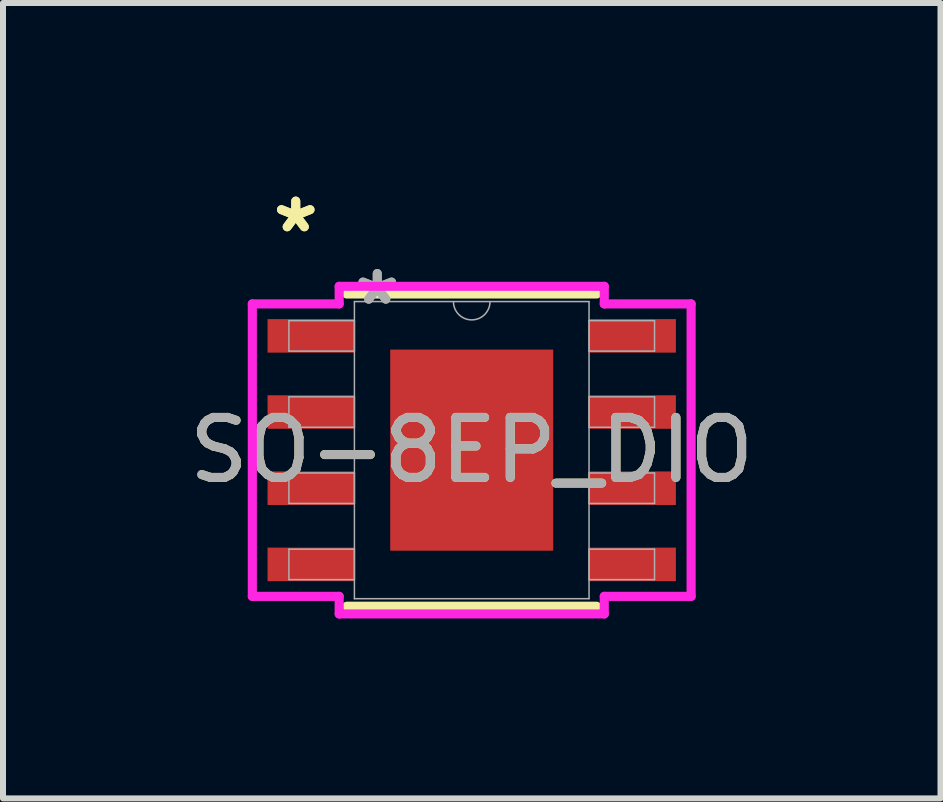
<source format=kicad_pcb>
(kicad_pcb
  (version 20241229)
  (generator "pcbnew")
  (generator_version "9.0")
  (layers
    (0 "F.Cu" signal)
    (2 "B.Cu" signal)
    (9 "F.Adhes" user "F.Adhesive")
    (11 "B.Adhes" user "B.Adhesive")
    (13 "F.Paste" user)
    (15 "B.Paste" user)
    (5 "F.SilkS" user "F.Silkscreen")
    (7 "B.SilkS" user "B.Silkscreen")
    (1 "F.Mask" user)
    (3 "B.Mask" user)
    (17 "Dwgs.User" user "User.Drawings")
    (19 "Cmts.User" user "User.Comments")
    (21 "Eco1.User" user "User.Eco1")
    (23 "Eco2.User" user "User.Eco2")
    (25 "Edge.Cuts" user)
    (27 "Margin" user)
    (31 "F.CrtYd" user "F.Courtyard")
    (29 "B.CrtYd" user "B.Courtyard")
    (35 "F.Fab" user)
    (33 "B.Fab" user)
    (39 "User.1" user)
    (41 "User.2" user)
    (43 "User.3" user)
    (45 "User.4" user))
  (footprint "SO-8EP_DIO"
    (layer "F.Cu")
    (at 4.815 4.455)
    (property "Reference" "SO-8EP_DIO" (at 0 0 0) (unlocked yes) (layer "F.SilkS") (effects (font (size 1 1) (thickness 0.15))))
    (attr smd)
    (fp_line (start -2.083 2.603) (end 2.083 2.603) (stroke (width 0.152) (type solid)) (layer "F.SilkS"))
    (fp_line (start 2.083 -2.603) (end -2.083 -2.603) (stroke (width 0.152) (type solid)) (layer "F.SilkS"))
    (fp_poly (pts (xy -1.259 -1.576) (xy -1.259 -0.1) (xy -0.1 -0.1) (xy -0.1 -1.576)) (stroke (width 0) (type solid)) (fill yes) (layer "F.Paste"))
    (fp_poly (pts (xy -1.259 0.1) (xy -1.259 1.576) (xy -0.1 1.576) (xy -0.1 0.1)) (stroke (width 0) (type solid)) (fill yes) (layer "F.Paste"))
    (fp_poly (pts (xy 0.1 -1.576) (xy 0.1 -0.1) (xy 1.259 -0.1) (xy 1.259 -1.576)) (stroke (width 0) (type solid)) (fill yes) (layer "F.Paste"))
    (fp_poly (pts (xy 0.1 0.1) (xy 0.1 1.576) (xy 1.259 1.576) (xy 1.259 0.1)) (stroke (width 0) (type solid)) (fill yes) (layer "F.Paste"))
    (fp_line (start -3.658 -2.438) (end -2.21 -2.438) (stroke (width 0.152) (type solid)) (layer "F.CrtYd"))
    (fp_line (start -3.658 2.438) (end -3.658 -2.438) (stroke (width 0.152) (type solid)) (layer "F.CrtYd"))
    (fp_line (start -3.658 2.438) (end -2.21 2.438) (stroke (width 0.152) (type solid)) (layer "F.CrtYd"))
    (fp_line (start -2.21 -2.731) (end 2.21 -2.731) (stroke (width 0.152) (type solid)) (layer "F.CrtYd"))
    (fp_line (start -2.21 -2.438) (end -2.21 -2.731) (stroke (width 0.152) (type solid)) (layer "F.CrtYd"))
    (fp_line (start -2.21 2.731) (end -2.21 2.438) (stroke (width 0.152) (type solid)) (layer "F.CrtYd"))
    (fp_line (start 2.21 -2.731) (end 2.21 -2.438) (stroke (width 0.152) (type solid)) (layer "F.CrtYd"))
    (fp_line (start 2.21 2.438) (end 2.21 2.731) (stroke (width 0.152) (type solid)) (layer "F.CrtYd"))
    (fp_line (start 2.21 2.731) (end -2.21 2.731) (stroke (width 0.152) (type solid)) (layer "F.CrtYd"))
    (fp_line (start 3.658 -2.438) (end 2.21 -2.438) (stroke (width 0.152) (type solid)) (layer "F.CrtYd"))
    (fp_line (start 3.658 -2.438) (end 3.658 2.438) (stroke (width 0.152) (type solid)) (layer "F.CrtYd"))
    (fp_line (start 3.658 2.438) (end 2.21 2.438) (stroke (width 0.152) (type solid)) (layer "F.CrtYd"))
    (fp_line (start -3.048 -2.159) (end -3.048 -1.651) (stroke (width 0.025) (type solid)) (layer "F.Fab"))
    (fp_line (start -3.048 -1.651) (end -1.956 -1.651) (stroke (width 0.025) (type solid)) (layer "F.Fab"))
    (fp_line (start -3.048 -0.889) (end -3.048 -0.381) (stroke (width 0.025) (type solid)) (layer "F.Fab"))
    (fp_line (start -3.048 -0.381) (end -1.956 -0.381) (stroke (width 0.025) (type solid)) (layer "F.Fab"))
    (fp_line (start -3.048 0.381) (end -3.048 0.889) (stroke (width 0.025) (type solid)) (layer "F.Fab"))
    (fp_line (start -3.048 0.889) (end -1.956 0.889) (stroke (width 0.025) (type solid)) (layer "F.Fab"))
    (fp_line (start -3.048 1.651) (end -3.048 2.159) (stroke (width 0.025) (type solid)) (layer "F.Fab"))
    (fp_line (start -3.048 2.159) (end -1.956 2.159) (stroke (width 0.025) (type solid)) (layer "F.Fab"))
    (fp_line (start -1.956 -2.477) (end -1.956 2.477) (stroke (width 0.025) (type solid)) (layer "F.Fab"))
    (fp_line (start -1.956 -2.159) (end -3.048 -2.159) (stroke (width 0.025) (type solid)) (layer "F.Fab"))
    (fp_line (start -1.956 -1.651) (end -1.956 -2.159) (stroke (width 0.025) (type solid)) (layer "F.Fab"))
    (fp_line (start -1.956 -0.889) (end -3.048 -0.889) (stroke (width 0.025) (type solid)) (layer "F.Fab"))
    (fp_line (start -1.956 -0.381) (end -1.956 -0.889) (stroke (width 0.025) (type solid)) (layer "F.Fab"))
    (fp_line (start -1.956 0.381) (end -3.048 0.381) (stroke (width 0.025) (type solid)) (layer "F.Fab"))
    (fp_line (start -1.956 0.889) (end -1.956 0.381) (stroke (width 0.025) (type solid)) (layer "F.Fab"))
    (fp_line (start -1.956 1.651) (end -3.048 1.651) (stroke (width 0.025) (type solid)) (layer "F.Fab"))
    (fp_line (start -1.956 2.159) (end -1.956 1.651) (stroke (width 0.025) (type solid)) (layer "F.Fab"))
    (fp_line (start -1.956 2.477) (end 1.956 2.477) (stroke (width 0.025) (type solid)) (layer "F.Fab"))
    (fp_line (start 1.956 -2.477) (end -1.956 -2.477) (stroke (width 0.025) (type solid)) (layer "F.Fab"))
    (fp_line (start 1.956 -2.159) (end 1.956 -1.651) (stroke (width 0.025) (type solid)) (layer "F.Fab"))
    (fp_line (start 1.956 -1.651) (end 3.048 -1.651) (stroke (width 0.025) (type solid)) (layer "F.Fab"))
    (fp_line (start 1.956 -0.889) (end 1.956 -0.381) (stroke (width 0.025) (type solid)) (layer "F.Fab"))
    (fp_line (start 1.956 -0.381) (end 3.048 -0.381) (stroke (width 0.025) (type solid)) (layer "F.Fab"))
    (fp_line (start 1.956 0.381) (end 1.956 0.889) (stroke (width 0.025) (type solid)) (layer "F.Fab"))
    (fp_line (start 1.956 0.889) (end 3.048 0.889) (stroke (width 0.025) (type solid)) (layer "F.Fab"))
    (fp_line (start 1.956 1.651) (end 1.956 2.159) (stroke (width 0.025) (type solid)) (layer "F.Fab"))
    (fp_line (start 1.956 2.159) (end 3.048 2.159) (stroke (width 0.025) (type solid)) (layer "F.Fab"))
    (fp_line (start 1.956 2.477) (end 1.956 -2.477) (stroke (width 0.025) (type solid)) (layer "F.Fab"))
    (fp_line (start 3.048 -2.159) (end 1.956 -2.159) (stroke (width 0.025) (type solid)) (layer "F.Fab"))
    (fp_line (start 3.048 -1.651) (end 3.048 -2.159) (stroke (width 0.025) (type solid)) (layer "F.Fab"))
    (fp_line (start 3.048 -0.889) (end 1.956 -0.889) (stroke (width 0.025) (type solid)) (layer "F.Fab"))
    (fp_line (start 3.048 -0.381) (end 3.048 -0.889) (stroke (width 0.025) (type solid)) (layer "F.Fab"))
    (fp_line (start 3.048 0.381) (end 1.956 0.381) (stroke (width 0.025) (type solid)) (layer "F.Fab"))
    (fp_line (start 3.048 0.889) (end 3.048 0.381) (stroke (width 0.025) (type solid)) (layer "F.Fab"))
    (fp_line (start 3.048 1.651) (end 1.956 1.651) (stroke (width 0.025) (type solid)) (layer "F.Fab"))
    (fp_line (start 3.048 2.159) (end 3.048 1.651) (stroke (width 0.025) (type solid)) (layer "F.Fab"))
    (fp_arc (start 0.3048 -2.4765) (mid 0 -2.1717) (end -0.3048 -2.4765) (stroke (width 0.0254) (type solid)) (layer "F.Fab"))
    (fp_text user "*" (at -2.934 -3.607 0) (unlocked yes) (layer "F.SilkS") (effects (font (size 1 1) (thickness 0.15))))
    (fp_text user "*" (at -2.934 -3.607 0) (layer "F.SilkS") (effects (font (size 1 1) (thickness 0.15))))
    (fp_text user "${REFERENCE}" (at 0 0 0) (unlocked yes) (layer "F.Fab") (effects (font (size 1 1) (thickness 0.15))))
    (fp_text user "*" (at -1.575 -2.4 0) (layer "F.Fab") (effects (font (size 1 1) (thickness 0.15))))
    (fp_text user "*" (at -1.575 -2.4 0) (unlocked yes) (layer "F.Fab") (effects (font (size 1 1) (thickness 0.15))))
    (pad "1" smd rect (at -2.68 -1.905) (size 1.448 0.559) (layers "F.Cu" "F.Mask" "F.Paste"))
    (pad "2" smd rect (at -2.68 -0.635) (size 1.448 0.559) (layers "F.Cu" "F.Mask" "F.Paste"))
    (pad "3" smd rect (at -2.68 0.635) (size 1.448 0.559) (layers "F.Cu" "F.Mask" "F.Paste"))
    (pad "4" smd rect (at -2.68 1.905) (size 1.448 0.559) (layers "F.Cu" "F.Mask" "F.Paste"))
    (pad "5" smd rect (at 2.68 1.905) (size 1.448 0.559) (layers "F.Cu" "F.Mask" "F.Paste"))
    (pad "6" smd rect (at 2.68 0.635) (size 1.448 0.559) (layers "F.Cu" "F.Mask" "F.Paste"))
    (pad "7" smd rect (at 2.68 -0.635) (size 1.448 0.559) (layers "F.Cu" "F.Mask" "F.Paste"))
    (pad "8" smd rect (at 2.68 -1.905) (size 1.448 0.559) (layers "F.Cu" "F.Mask" "F.Paste"))
    (pad "EPAD" smd rect (at 0 0) (size 2.718 3.353) (layers "F.Cu" "F.Mask")))
  (gr_rect
    (start -3 -3)
    (end 12.631 10.262)
    (stroke (width 0.1) (type default))
    (fill no)
    (layer "Edge.Cuts")))
</source>
